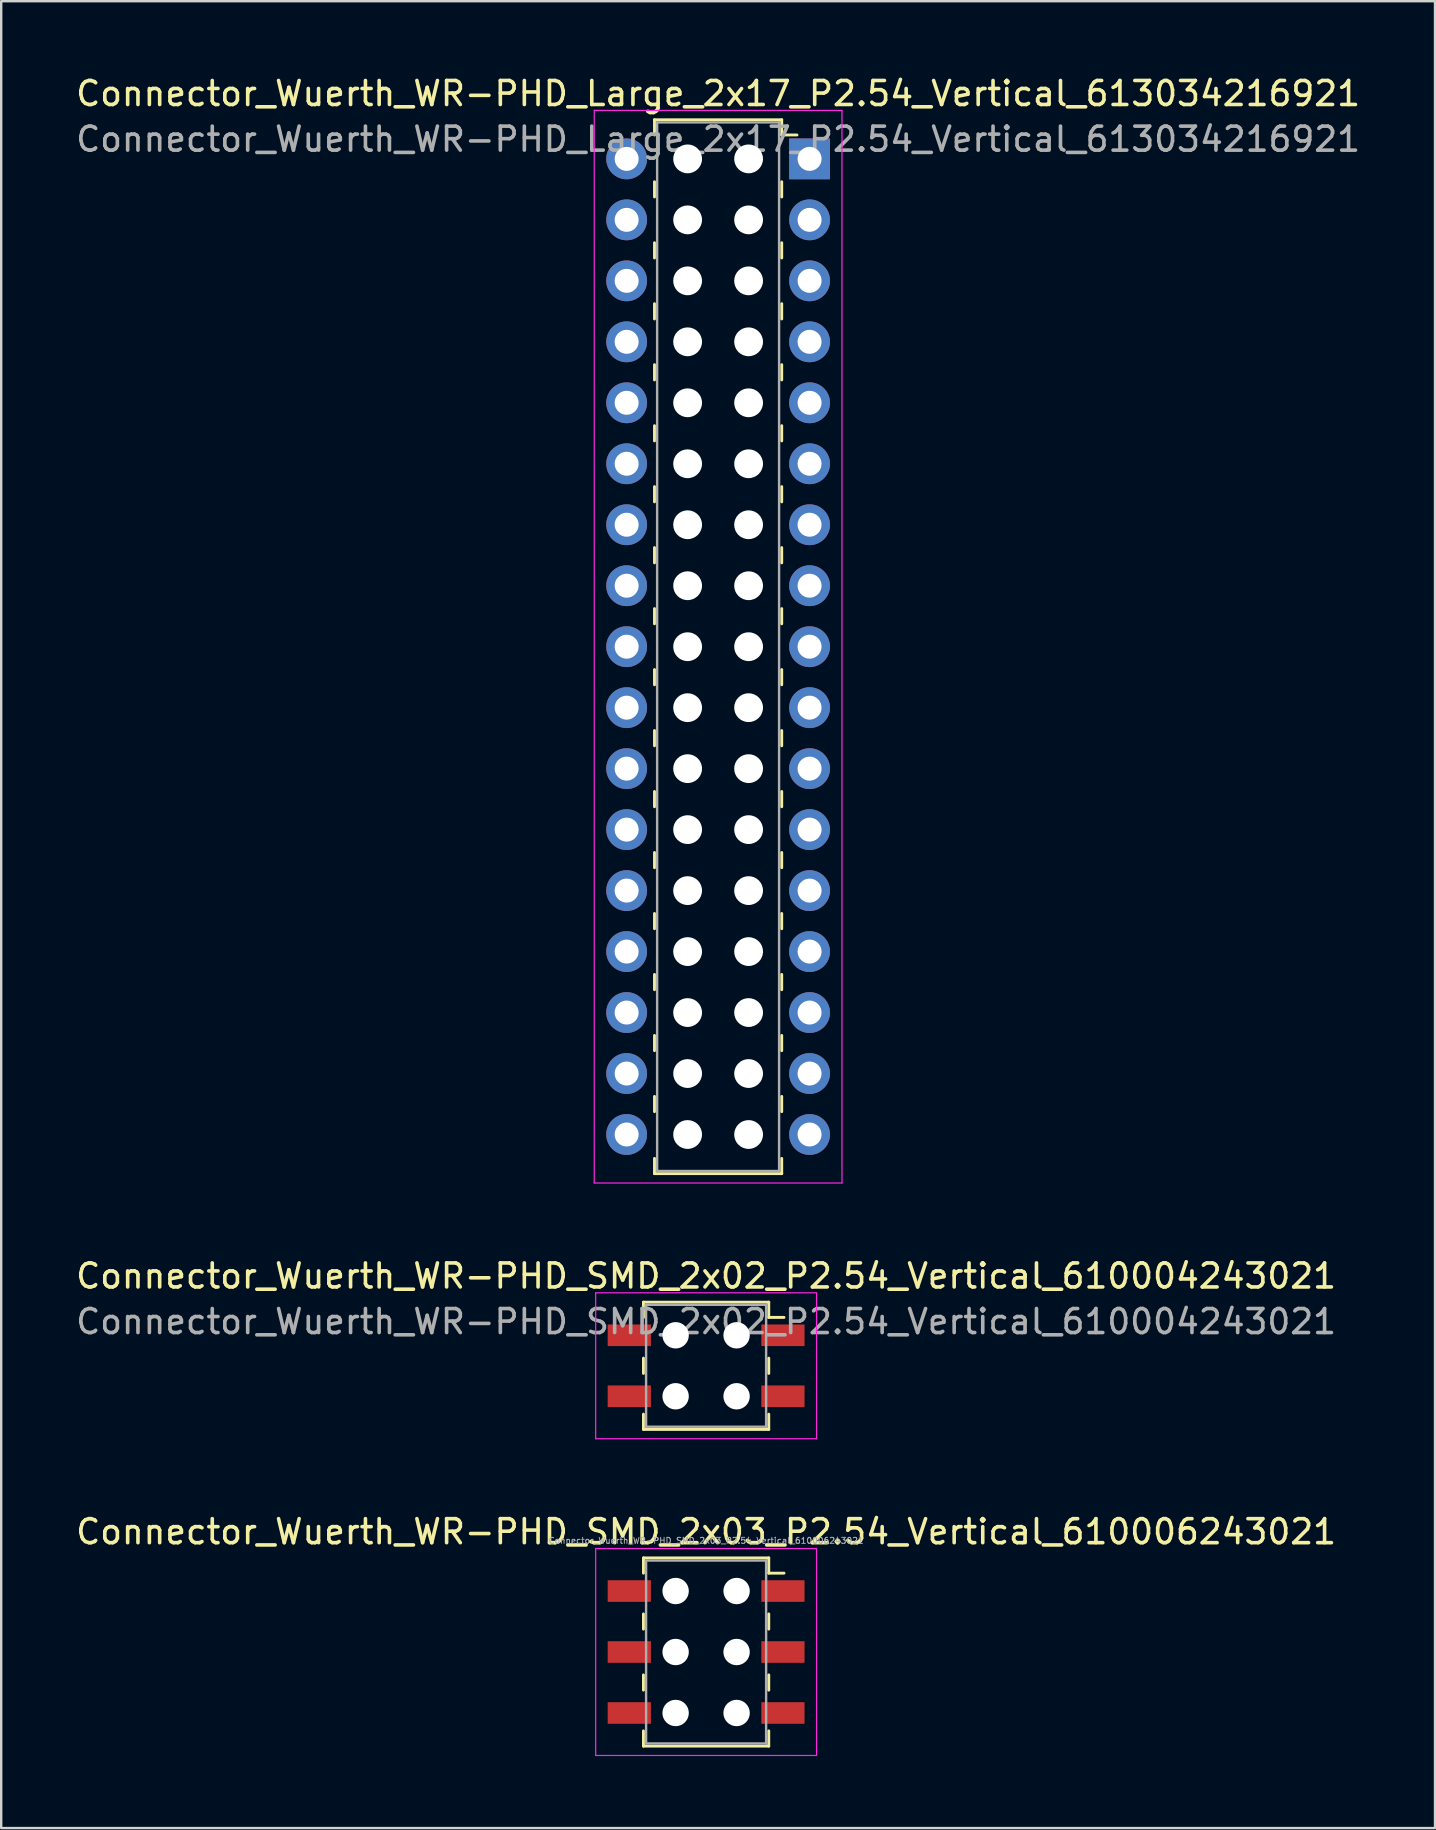
<source format=kicad_pcb>
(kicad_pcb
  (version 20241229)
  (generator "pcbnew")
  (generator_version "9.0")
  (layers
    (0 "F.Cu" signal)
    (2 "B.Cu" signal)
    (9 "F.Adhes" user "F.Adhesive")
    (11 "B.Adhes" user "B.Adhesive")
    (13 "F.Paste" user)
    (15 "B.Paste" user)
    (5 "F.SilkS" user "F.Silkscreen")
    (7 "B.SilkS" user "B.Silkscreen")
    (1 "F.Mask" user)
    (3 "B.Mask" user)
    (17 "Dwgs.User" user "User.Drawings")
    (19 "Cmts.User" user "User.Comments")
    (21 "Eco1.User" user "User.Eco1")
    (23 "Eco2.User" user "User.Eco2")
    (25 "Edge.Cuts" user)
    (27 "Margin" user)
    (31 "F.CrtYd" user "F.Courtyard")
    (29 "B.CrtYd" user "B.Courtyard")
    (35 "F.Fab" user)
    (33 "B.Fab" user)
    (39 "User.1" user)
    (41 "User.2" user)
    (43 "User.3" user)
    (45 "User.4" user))
  (footprint "Connector_Wuerth_WR-PHD_SMD_2x03_P2.54_Vertical_610006243021"
    (layer "F.Cu")
    (at 29.563 63.225)
    (property "Reference" "Connector_Wuerth_WR-PHD_SMD_2x03_P2.54_Vertical_610006243021" (at -3.2 -2.47 0) (layer "F.SilkS") (effects (font (size 1 1) (thickness 0.15))))
    (attr smd)
    (fp_line (start -5.81 -1.38) (end -5.81 -0.745) (stroke (width 0.12) (type solid)) (layer "F.SilkS"))
    (fp_line (start -5.81 0.953) (end -5.81 1.587) (stroke (width 0.12) (type solid)) (layer "F.SilkS"))
    (fp_line (start -5.81 3.493) (end -5.81 4.128) (stroke (width 0.12) (type solid)) (layer "F.SilkS"))
    (fp_line (start -5.81 6.46) (end -5.81 5.825) (stroke (width 0.12) (type solid)) (layer "F.SilkS"))
    (fp_line (start -0.59 -1.38) (end -5.81 -1.38) (stroke (width 0.12) (type solid)) (layer "F.SilkS"))
    (fp_line (start -0.59 -1.38) (end -0.59 -0.745) (stroke (width 0.12) (type solid)) (layer "F.SilkS"))
    (fp_line (start -0.59 -0.745) (end 0.045 -0.745) (stroke (width 0.12) (type solid)) (layer "F.SilkS"))
    (fp_line (start -0.59 0.953) (end -0.59 1.587) (stroke (width 0.12) (type solid)) (layer "F.SilkS"))
    (fp_line (start -0.59 3.493) (end -0.59 4.128) (stroke (width 0.12) (type solid)) (layer "F.SilkS"))
    (fp_line (start -0.59 6.46) (end -5.81 6.46) (stroke (width 0.12) (type solid)) (layer "F.SilkS"))
    (fp_line (start -0.59 6.46) (end -0.59 5.825) (stroke (width 0.12) (type solid)) (layer "F.SilkS"))
    (fp_line (start -7.8 -1.77) (end 1.4 -1.77) (stroke (width 0.05) (type solid)) (layer "F.CrtYd"))
    (fp_line (start -7.8 6.85) (end -7.8 -1.77) (stroke (width 0.05) (type solid)) (layer "F.CrtYd"))
    (fp_line (start 1.4 -1.77) (end 1.4 6.85) (stroke (width 0.05) (type solid)) (layer "F.CrtYd"))
    (fp_line (start 1.4 6.85) (end -7.8 6.85) (stroke (width 0.05) (type solid)) (layer "F.CrtYd"))
    (fp_line (start -5.7 -1.27) (end -0.7 -1.27) (stroke (width 0.1) (type solid)) (layer "F.Fab"))
    (fp_line (start -5.7 6.35) (end -5.7 -1.27) (stroke (width 0.1) (type solid)) (layer "F.Fab"))
    (fp_line (start -0.7 -1.27) (end -0.7 6.35) (stroke (width 0.1) (type solid)) (layer "F.Fab"))
    (fp_line (start -0.7 6.35) (end -5.7 6.35) (stroke (width 0.1) (type solid)) (layer "F.Fab"))
    (fp_text user "${REFERENCE}" (at -3.2 -2.1 0) (layer "F.Fab") (effects (font (size 0.25 0.25) (thickness 0.04))))
    (pad "" np_thru_hole circle (at -4.47 0) (size 1.1 1.1) (drill 1.1) (layers "*.Cu" "*.Mask"))
    (pad "" np_thru_hole circle (at -4.47 2.54) (size 1.1 1.1) (drill 1.1) (layers "*.Cu" "*.Mask"))
    (pad "" np_thru_hole circle (at -4.47 5.08) (size 1.1 1.1) (drill 1.1) (layers "*.Cu" "*.Mask"))
    (pad "" np_thru_hole circle (at -1.93 0) (size 1.1 1.1) (drill 1.1) (layers "*.Cu" "*.Mask"))
    (pad "" np_thru_hole circle (at -1.93 2.54) (size 1.1 1.1) (drill 1.1) (layers "*.Cu" "*.Mask"))
    (pad "" np_thru_hole circle (at -1.93 5.08) (size 1.1 1.1) (drill 1.1) (layers "*.Cu" "*.Mask"))
    (pad "1" smd rect (at 0 0) (size 1.8 0.9) (layers "F.Cu" "F.Mask"))
    (pad "2" smd rect (at -6.4 0) (size 1.8 0.9) (layers "F.Cu" "F.Mask"))
    (pad "3" smd rect (at 0 2.54) (size 1.8 0.9) (layers "F.Cu" "F.Mask"))
    (pad "4" smd rect (at -6.4 2.54) (size 1.8 0.9) (layers "F.Cu" "F.Mask"))
    (pad "5" smd rect (at 0 5.08) (size 1.8 0.9) (layers "F.Cu" "F.Mask"))
    (pad "6" smd rect (at -6.4 5.08) (size 1.8 0.9) (layers "F.Cu" "F.Mask")))
  (footprint "Connector_Wuerth_WR-PHD_Large_2x17_P2.54_Vertical_613034216921"
    (layer "F.Cu")
    (at 30.673 3.568)
    (property "Reference" "Connector_Wuerth_WR-PHD_Large_2x17_P2.54_Vertical_613034216921" (at -3.81 -2.72 0) (layer "F.SilkS") (effects (font (size 1 1) (thickness 0.15))))
    (attr through_hole)
    (fp_line (start -6.46 -1.63) (end -6.46 -0.995) (stroke (width 0.12) (type solid)) (layer "F.SilkS"))
    (fp_line (start -6.46 -1.63) (end -1.16 -1.63) (stroke (width 0.12) (type solid)) (layer "F.SilkS"))
    (fp_line (start -6.46 0.953) (end -6.46 1.587) (stroke (width 0.12) (type solid)) (layer "F.SilkS"))
    (fp_line (start -6.46 3.493) (end -6.46 4.128) (stroke (width 0.12) (type solid)) (layer "F.SilkS"))
    (fp_line (start -6.46 6.032) (end -6.46 6.668) (stroke (width 0.12) (type solid)) (layer "F.SilkS"))
    (fp_line (start -6.46 8.572) (end -6.46 9.207) (stroke (width 0.12) (type solid)) (layer "F.SilkS"))
    (fp_line (start -6.46 11.113) (end -6.46 11.748) (stroke (width 0.12) (type solid)) (layer "F.SilkS"))
    (fp_line (start -6.46 13.652) (end -6.46 14.287) (stroke (width 0.12) (type solid)) (layer "F.SilkS"))
    (fp_line (start -6.46 16.192) (end -6.46 16.828) (stroke (width 0.12) (type solid)) (layer "F.SilkS"))
    (fp_line (start -6.46 18.733) (end -6.46 19.367) (stroke (width 0.12) (type solid)) (layer "F.SilkS"))
    (fp_line (start -6.46 21.273) (end -6.46 21.907) (stroke (width 0.12) (type solid)) (layer "F.SilkS"))
    (fp_line (start -6.46 23.812) (end -6.46 24.448) (stroke (width 0.12) (type solid)) (layer "F.SilkS"))
    (fp_line (start -6.46 26.352) (end -6.46 26.988) (stroke (width 0.12) (type solid)) (layer "F.SilkS"))
    (fp_line (start -6.46 28.892) (end -6.46 29.527) (stroke (width 0.12) (type solid)) (layer "F.SilkS"))
    (fp_line (start -6.46 31.433) (end -6.46 32.068) (stroke (width 0.12) (type solid)) (layer "F.SilkS"))
    (fp_line (start -6.46 33.972) (end -6.46 34.608) (stroke (width 0.12) (type solid)) (layer "F.SilkS"))
    (fp_line (start -6.46 36.513) (end -6.46 37.148) (stroke (width 0.12) (type solid)) (layer "F.SilkS"))
    (fp_line (start -6.46 39.053) (end -6.46 39.688) (stroke (width 0.12) (type solid)) (layer "F.SilkS"))
    (fp_line (start -6.46 42.27) (end -6.46 41.635) (stroke (width 0.12) (type solid)) (layer "F.SilkS"))
    (fp_line (start -6.46 42.27) (end -1.16 42.27) (stroke (width 0.12) (type solid)) (layer "F.SilkS"))
    (fp_line (start -1.16 -1.63) (end -1.16 -0.995) (stroke (width 0.12) (type solid)) (layer "F.SilkS"))
    (fp_line (start -1.16 -0.995) (end -0.525 -0.995) (stroke (width 0.12) (type solid)) (layer "F.SilkS"))
    (fp_line (start -1.16 0.953) (end -1.16 1.587) (stroke (width 0.12) (type solid)) (layer "F.SilkS"))
    (fp_line (start -1.16 3.493) (end -1.16 4.128) (stroke (width 0.12) (type solid)) (layer "F.SilkS"))
    (fp_line (start -1.16 6.032) (end -1.16 6.668) (stroke (width 0.12) (type solid)) (layer "F.SilkS"))
    (fp_line (start -1.16 8.572) (end -1.16 9.207) (stroke (width 0.12) (type solid)) (layer "F.SilkS"))
    (fp_line (start -1.16 11.113) (end -1.16 11.748) (stroke (width 0.12) (type solid)) (layer "F.SilkS"))
    (fp_line (start -1.16 13.652) (end -1.16 14.287) (stroke (width 0.12) (type solid)) (layer "F.SilkS"))
    (fp_line (start -1.16 16.192) (end -1.16 16.828) (stroke (width 0.12) (type solid)) (layer "F.SilkS"))
    (fp_line (start -1.16 18.733) (end -1.16 19.367) (stroke (width 0.12) (type solid)) (layer "F.SilkS"))
    (fp_line (start -1.16 21.273) (end -1.16 21.907) (stroke (width 0.12) (type solid)) (layer "F.SilkS"))
    (fp_line (start -1.16 23.812) (end -1.16 24.448) (stroke (width 0.12) (type solid)) (layer "F.SilkS"))
    (fp_line (start -1.16 26.352) (end -1.16 26.988) (stroke (width 0.12) (type solid)) (layer "F.SilkS"))
    (fp_line (start -1.16 28.892) (end -1.16 29.527) (stroke (width 0.12) (type solid)) (layer "F.SilkS"))
    (fp_line (start -1.16 31.433) (end -1.16 32.068) (stroke (width 0.12) (type solid)) (layer "F.SilkS"))
    (fp_line (start -1.16 33.972) (end -1.16 34.608) (stroke (width 0.12) (type solid)) (layer "F.SilkS"))
    (fp_line (start -1.16 36.513) (end -1.16 37.148) (stroke (width 0.12) (type solid)) (layer "F.SilkS"))
    (fp_line (start -1.16 39.053) (end -1.16 39.688) (stroke (width 0.12) (type solid)) (layer "F.SilkS"))
    (fp_line (start -1.16 42.27) (end -1.16 41.635) (stroke (width 0.12) (type solid)) (layer "F.SilkS"))
    (fp_line (start -8.97 -2.02) (end 1.35 -2.02) (stroke (width 0.05) (type solid)) (layer "F.CrtYd"))
    (fp_line (start -8.97 42.66) (end -8.97 -2.02) (stroke (width 0.05) (type solid)) (layer "F.CrtYd"))
    (fp_line (start 1.35 -2.02) (end 1.35 42.66) (stroke (width 0.05) (type solid)) (layer "F.CrtYd"))
    (fp_line (start 1.35 42.66) (end -8.97 42.66) (stroke (width 0.05) (type solid)) (layer "F.CrtYd"))
    (fp_line (start -6.35 -1.52) (end -6.35 42.16) (stroke (width 0.1) (type solid)) (layer "F.Fab"))
    (fp_line (start -6.35 42.16) (end -1.27 42.16) (stroke (width 0.1) (type solid)) (layer "F.Fab"))
    (fp_line (start -1.27 -1.52) (end -6.35 -1.52) (stroke (width 0.1) (type solid)) (layer "F.Fab"))
    (fp_line (start -1.27 42.16) (end -1.27 -1.52) (stroke (width 0.1) (type solid)) (layer "F.Fab"))
    (fp_text user "${REFERENCE}" (at -3.81 -0.82 0) (layer "F.Fab") (effects (font (size 1 1) (thickness 0.15))))
    (pad "" np_thru_hole circle (at -5.08 0) (size 1.2 1.2) (drill 1.2) (layers "*.Cu" "*.Mask"))
    (pad "" np_thru_hole circle (at -5.08 2.54) (size 1.2 1.2) (drill 1.2) (layers "*.Cu" "*.Mask"))
    (pad "" np_thru_hole circle (at -5.08 5.08) (size 1.2 1.2) (drill 1.2) (layers "*.Cu" "*.Mask"))
    (pad "" np_thru_hole circle (at -5.08 7.62) (size 1.2 1.2) (drill 1.2) (layers "*.Cu" "*.Mask"))
    (pad "" np_thru_hole circle (at -5.08 10.16) (size 1.2 1.2) (drill 1.2) (layers "*.Cu" "*.Mask"))
    (pad "" np_thru_hole circle (at -5.08 12.7) (size 1.2 1.2) (drill 1.2) (layers "*.Cu" "*.Mask"))
    (pad "" np_thru_hole circle (at -5.08 15.24) (size 1.2 1.2) (drill 1.2) (layers "*.Cu" "*.Mask"))
    (pad "" np_thru_hole circle (at -5.08 17.78) (size 1.2 1.2) (drill 1.2) (layers "*.Cu" "*.Mask"))
    (pad "" np_thru_hole circle (at -5.08 20.32) (size 1.2 1.2) (drill 1.2) (layers "*.Cu" "*.Mask"))
    (pad "" np_thru_hole circle (at -5.08 22.86) (size 1.2 1.2) (drill 1.2) (layers "*.Cu" "*.Mask"))
    (pad "" np_thru_hole circle (at -5.08 25.4) (size 1.2 1.2) (drill 1.2) (layers "*.Cu" "*.Mask"))
    (pad "" np_thru_hole circle (at -5.08 27.94) (size 1.2 1.2) (drill 1.2) (layers "*.Cu" "*.Mask"))
    (pad "" np_thru_hole circle (at -5.08 30.48) (size 1.2 1.2) (drill 1.2) (layers "*.Cu" "*.Mask"))
    (pad "" np_thru_hole circle (at -5.08 33.02) (size 1.2 1.2) (drill 1.2) (layers "*.Cu" "*.Mask"))
    (pad "" np_thru_hole circle (at -5.08 35.56) (size 1.2 1.2) (drill 1.2) (layers "*.Cu" "*.Mask"))
    (pad "" np_thru_hole circle (at -5.08 38.1) (size 1.2 1.2) (drill 1.2) (layers "*.Cu" "*.Mask"))
    (pad "" np_thru_hole circle (at -5.08 40.64) (size 1.2 1.2) (drill 1.2) (layers "*.Cu" "*.Mask"))
    (pad "" np_thru_hole circle (at -2.54 0) (size 1.2 1.2) (drill 1.2) (layers "*.Cu" "*.Mask"))
    (pad "" np_thru_hole circle (at -2.54 2.54) (size 1.2 1.2) (drill 1.2) (layers "*.Cu" "*.Mask"))
    (pad "" np_thru_hole circle (at -2.54 5.08) (size 1.2 1.2) (drill 1.2) (layers "*.Cu" "*.Mask"))
    (pad "" np_thru_hole circle (at -2.54 7.62) (size 1.2 1.2) (drill 1.2) (layers "*.Cu" "*.Mask"))
    (pad "" np_thru_hole circle (at -2.54 10.16) (size 1.2 1.2) (drill 1.2) (layers "*.Cu" "*.Mask"))
    (pad "" np_thru_hole circle (at -2.54 12.7) (size 1.2 1.2) (drill 1.2) (layers "*.Cu" "*.Mask"))
    (pad "" np_thru_hole circle (at -2.54 15.24) (size 1.2 1.2) (drill 1.2) (layers "*.Cu" "*.Mask"))
    (pad "" np_thru_hole circle (at -2.54 17.78) (size 1.2 1.2) (drill 1.2) (layers "*.Cu" "*.Mask"))
    (pad "" np_thru_hole circle (at -2.54 20.32) (size 1.2 1.2) (drill 1.2) (layers "*.Cu" "*.Mask"))
    (pad "" np_thru_hole circle (at -2.54 22.86) (size 1.2 1.2) (drill 1.2) (layers "*.Cu" "*.Mask"))
    (pad "" np_thru_hole circle (at -2.54 25.4) (size 1.2 1.2) (drill 1.2) (layers "*.Cu" "*.Mask"))
    (pad "" np_thru_hole circle (at -2.54 27.94) (size 1.2 1.2) (drill 1.2) (layers "*.Cu" "*.Mask"))
    (pad "" np_thru_hole circle (at -2.54 30.48) (size 1.2 1.2) (drill 1.2) (layers "*.Cu" "*.Mask"))
    (pad "" np_thru_hole circle (at -2.54 33.02) (size 1.2 1.2) (drill 1.2) (layers "*.Cu" "*.Mask"))
    (pad "" np_thru_hole circle (at -2.54 35.56) (size 1.2 1.2) (drill 1.2) (layers "*.Cu" "*.Mask"))
    (pad "" np_thru_hole circle (at -2.54 38.1) (size 1.2 1.2) (drill 1.2) (layers "*.Cu" "*.Mask"))
    (pad "" np_thru_hole circle (at -2.54 40.64) (size 1.2 1.2) (drill 1.2) (layers "*.Cu" "*.Mask"))
    (pad "1" thru_hole rect (at 0 0) (size 1.7 1.7) (drill 1) (layers "*.Cu" "*.Mask"))
    (pad "2" thru_hole circle (at -7.62 0) (size 1.7 1.7) (drill 1) (layers "*.Cu" "*.Mask"))
    (pad "3" thru_hole circle (at 0 2.54) (size 1.7 1.7) (drill 1) (layers "*.Cu" "*.Mask"))
    (pad "4" thru_hole circle (at -7.62 2.54) (size 1.7 1.7) (drill 1) (layers "*.Cu" "*.Mask"))
    (pad "5" thru_hole circle (at 0 5.08) (size 1.7 1.7) (drill 1) (layers "*.Cu" "*.Mask"))
    (pad "6" thru_hole circle (at -7.62 5.08) (size 1.7 1.7) (drill 1) (layers "*.Cu" "*.Mask"))
    (pad "7" thru_hole circle (at 0 7.62) (size 1.7 1.7) (drill 1) (layers "*.Cu" "*.Mask"))
    (pad "8" thru_hole circle (at -7.62 7.62) (size 1.7 1.7) (drill 1) (layers "*.Cu" "*.Mask"))
    (pad "9" thru_hole circle (at 0 10.16) (size 1.7 1.7) (drill 1) (layers "*.Cu" "*.Mask"))
    (pad "10" thru_hole circle (at -7.62 10.16) (size 1.7 1.7) (drill 1) (layers "*.Cu" "*.Mask"))
    (pad "11" thru_hole circle (at 0 12.7) (size 1.7 1.7) (drill 1) (layers "*.Cu" "*.Mask"))
    (pad "12" thru_hole circle (at -7.62 12.7) (size 1.7 1.7) (drill 1) (layers "*.Cu" "*.Mask"))
    (pad "13" thru_hole circle (at 0 15.24) (size 1.7 1.7) (drill 1) (layers "*.Cu" "*.Mask"))
    (pad "14" thru_hole circle (at -7.62 15.24) (size 1.7 1.7) (drill 1) (layers "*.Cu" "*.Mask"))
    (pad "15" thru_hole circle (at 0 17.78) (size 1.7 1.7) (drill 1) (layers "*.Cu" "*.Mask"))
    (pad "16" thru_hole circle (at -7.62 17.78) (size 1.7 1.7) (drill 1) (layers "*.Cu" "*.Mask"))
    (pad "17" thru_hole circle (at 0 20.32) (size 1.7 1.7) (drill 1) (layers "*.Cu" "*.Mask"))
    (pad "18" thru_hole circle (at -7.62 20.32) (size 1.7 1.7) (drill 1) (layers "*.Cu" "*.Mask"))
    (pad "19" thru_hole circle (at 0 22.86) (size 1.7 1.7) (drill 1) (layers "*.Cu" "*.Mask"))
    (pad "20" thru_hole circle (at -7.62 22.86) (size 1.7 1.7) (drill 1) (layers "*.Cu" "*.Mask"))
    (pad "21" thru_hole circle (at 0 25.4) (size 1.7 1.7) (drill 1) (layers "*.Cu" "*.Mask"))
    (pad "22" thru_hole circle (at -7.62 25.4) (size 1.7 1.7) (drill 1) (layers "*.Cu" "*.Mask"))
    (pad "23" thru_hole circle (at 0 27.94) (size 1.7 1.7) (drill 1) (layers "*.Cu" "*.Mask"))
    (pad "24" thru_hole circle (at -7.62 27.94) (size 1.7 1.7) (drill 1) (layers "*.Cu" "*.Mask"))
    (pad "25" thru_hole circle (at 0 30.48) (size 1.7 1.7) (drill 1) (layers "*.Cu" "*.Mask"))
    (pad "26" thru_hole circle (at -7.62 30.48) (size 1.7 1.7) (drill 1) (layers "*.Cu" "*.Mask"))
    (pad "27" thru_hole circle (at 0 33.02) (size 1.7 1.7) (drill 1) (layers "*.Cu" "*.Mask"))
    (pad "28" thru_hole circle (at -7.62 33.02) (size 1.7 1.7) (drill 1) (layers "*.Cu" "*.Mask"))
    (pad "29" thru_hole circle (at 0 35.56) (size 1.7 1.7) (drill 1) (layers "*.Cu" "*.Mask"))
    (pad "30" thru_hole circle (at -7.62 35.56) (size 1.7 1.7) (drill 1) (layers "*.Cu" "*.Mask"))
    (pad "31" thru_hole circle (at 0 38.1) (size 1.7 1.7) (drill 1) (layers "*.Cu" "*.Mask"))
    (pad "32" thru_hole circle (at -7.62 38.1) (size 1.7 1.7) (drill 1) (layers "*.Cu" "*.Mask"))
    (pad "33" thru_hole circle (at 0 40.64) (size 1.7 1.7) (drill 1) (layers "*.Cu" "*.Mask"))
    (pad "34" thru_hole circle (at -7.62 40.64) (size 1.7 1.7) (drill 1) (layers "*.Cu" "*.Mask")))
  (footprint "Connector_Wuerth_WR-PHD_SMD_2x02_P2.54_Vertical_610004243021"
    (layer "F.Cu")
    (at 26.363 53.842)
    (property "Reference" "Connector_Wuerth_WR-PHD_SMD_2x02_P2.54_Vertical_610004243021" (at 0 -3.74 0) (layer "F.SilkS") (effects (font (size 1 1) (thickness 0.15))))
    (attr smd)
    (fp_line (start -2.61 -2.65) (end -2.61 -2.015) (stroke (width 0.12) (type solid)) (layer "F.SilkS"))
    (fp_line (start -2.61 -2.65) (end 2.61 -2.65) (stroke (width 0.12) (type solid)) (layer "F.SilkS"))
    (fp_line (start -2.61 -0.318) (end -2.61 0.318) (stroke (width 0.12) (type solid)) (layer "F.SilkS"))
    (fp_line (start -2.61 2.65) (end -2.61 2.015) (stroke (width 0.12) (type solid)) (layer "F.SilkS"))
    (fp_line (start -2.61 2.65) (end 2.61 2.65) (stroke (width 0.12) (type solid)) (layer "F.SilkS"))
    (fp_line (start 2.61 -2.65) (end 2.61 -2.015) (stroke (width 0.12) (type solid)) (layer "F.SilkS"))
    (fp_line (start 2.61 -2.015) (end 3.245 -2.015) (stroke (width 0.12) (type solid)) (layer "F.SilkS"))
    (fp_line (start 2.61 -0.318) (end 2.61 0.318) (stroke (width 0.12) (type solid)) (layer "F.SilkS"))
    (fp_line (start 2.61 2.65) (end 2.61 2.015) (stroke (width 0.12) (type solid)) (layer "F.SilkS"))
    (fp_line (start -4.6 -3.04) (end 4.6 -3.04) (stroke (width 0.05) (type solid)) (layer "F.CrtYd"))
    (fp_line (start -4.6 3.04) (end -4.6 -3.04) (stroke (width 0.05) (type solid)) (layer "F.CrtYd"))
    (fp_line (start 4.6 -3.04) (end 4.6 3.04) (stroke (width 0.05) (type solid)) (layer "F.CrtYd"))
    (fp_line (start 4.6 3.04) (end -4.6 3.04) (stroke (width 0.05) (type solid)) (layer "F.CrtYd"))
    (fp_line (start -2.5 -2.54) (end -2.5 2.54) (stroke (width 0.1) (type solid)) (layer "F.Fab"))
    (fp_line (start -2.5 2.54) (end 2.5 2.54) (stroke (width 0.1) (type solid)) (layer "F.Fab"))
    (fp_line (start 2.5 -2.54) (end -2.5 -2.54) (stroke (width 0.1) (type solid)) (layer "F.Fab"))
    (fp_line (start 2.5 2.54) (end 2.5 -2.54) (stroke (width 0.1) (type solid)) (layer "F.Fab"))
    (fp_text user "${REFERENCE}" (at 0 -1.84 0) (layer "F.Fab") (effects (font (size 1 1) (thickness 0.15))))
    (pad "" np_thru_hole circle (at -1.27 -1.27) (size 1.1 1.1) (drill 1.1) (layers "*.Cu" "*.Mask"))
    (pad "" np_thru_hole circle (at -1.27 1.27) (size 1.1 1.1) (drill 1.1) (layers "*.Cu" "*.Mask"))
    (pad "" np_thru_hole circle (at 1.27 -1.27) (size 1.1 1.1) (drill 1.1) (layers "*.Cu" "*.Mask"))
    (pad "" np_thru_hole circle (at 1.27 1.27) (size 1.1 1.1) (drill 1.1) (layers "*.Cu" "*.Mask"))
    (pad "1" smd rect (at 3.2 -1.27) (size 1.8 0.9) (layers "F.Cu" "F.Mask"))
    (pad "2" smd rect (at -3.2 -1.27) (size 1.8 0.9) (layers "F.Cu" "F.Mask"))
    (pad "3" smd rect (at 3.2 1.27) (size 1.8 0.9) (layers "F.Cu" "F.Mask"))
    (pad "4" smd rect (at -3.2 1.27) (size 1.8 0.9) (layers "F.Cu" "F.Mask")))
  (gr_rect
    (start -3 -3)
    (end 56.726 73.1)
    (stroke (width 0.1) (type default))
    (fill no)
    (layer "Edge.Cuts")))
</source>
